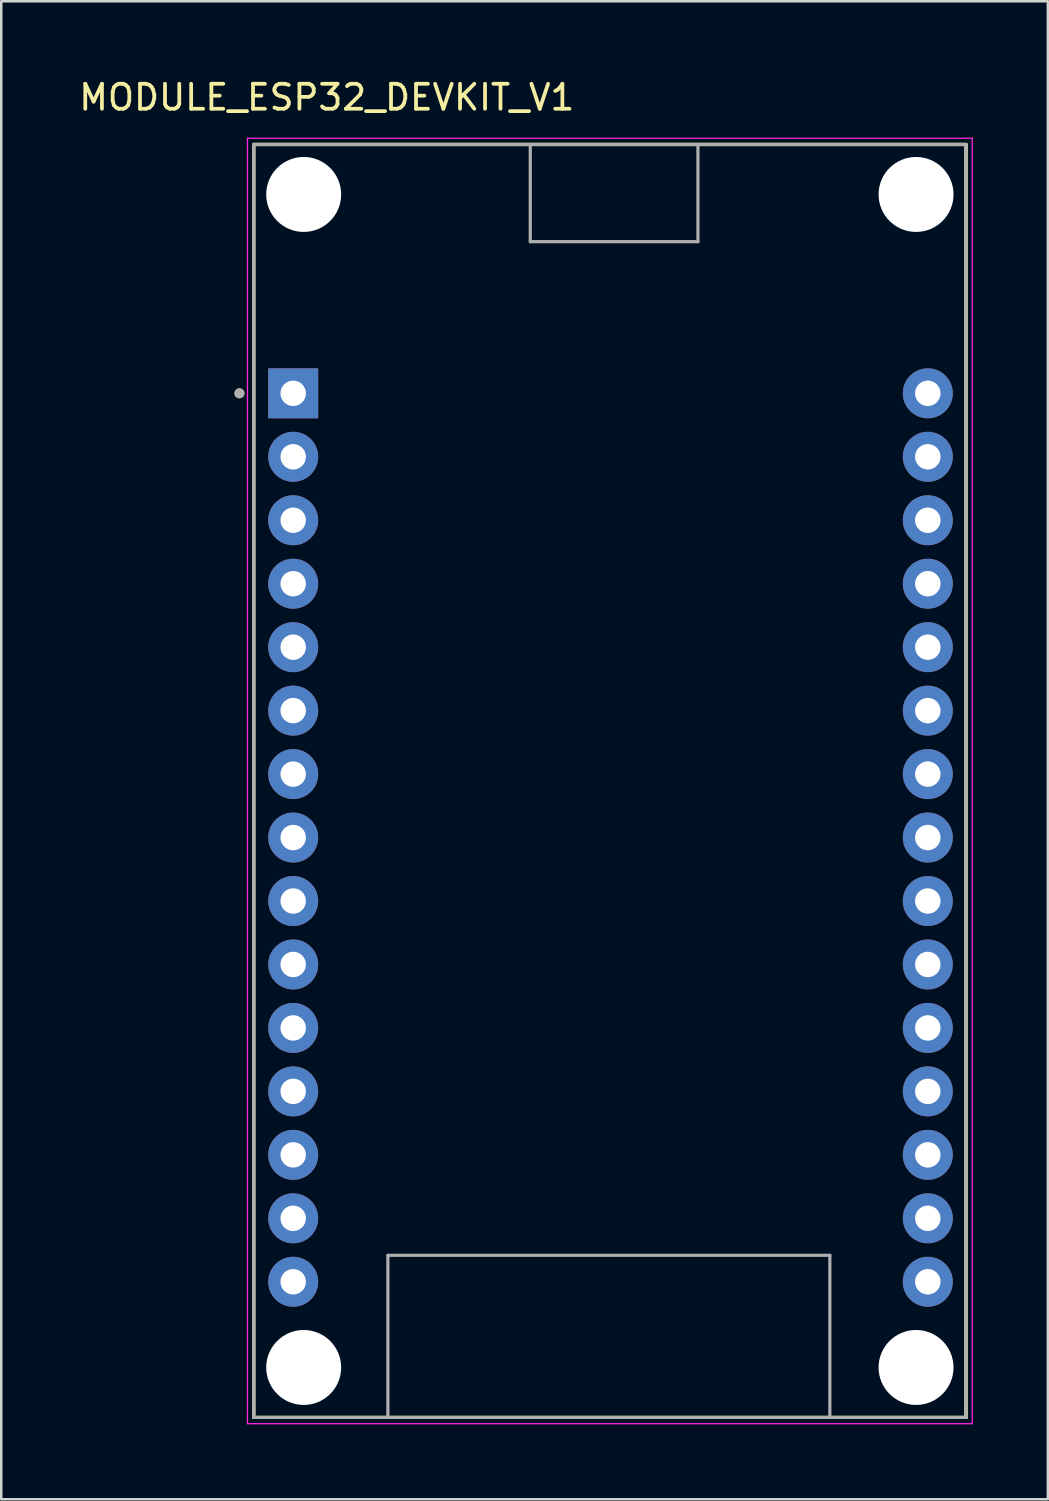
<source format=kicad_pcb>
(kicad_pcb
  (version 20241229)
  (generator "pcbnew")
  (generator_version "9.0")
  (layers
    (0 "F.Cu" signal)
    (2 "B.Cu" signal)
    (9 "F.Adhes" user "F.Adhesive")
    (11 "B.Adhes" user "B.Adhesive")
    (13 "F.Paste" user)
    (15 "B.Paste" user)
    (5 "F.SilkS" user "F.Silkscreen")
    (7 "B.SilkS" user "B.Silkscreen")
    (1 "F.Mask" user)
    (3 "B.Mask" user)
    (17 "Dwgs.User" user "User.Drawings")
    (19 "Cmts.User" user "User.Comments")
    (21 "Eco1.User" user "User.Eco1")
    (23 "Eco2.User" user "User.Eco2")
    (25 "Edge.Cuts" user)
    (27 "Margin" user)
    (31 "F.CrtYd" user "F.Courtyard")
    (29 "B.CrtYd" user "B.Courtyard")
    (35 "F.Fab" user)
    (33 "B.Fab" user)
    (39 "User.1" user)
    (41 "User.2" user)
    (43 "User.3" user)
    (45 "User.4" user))
  (footprint "MODULE_ESP32_DEVKIT_V1"
    (layer "F.Cu")
    (at 21.385 28.208)
    (property "Reference" "MODULE_ESP32_DEVKIT_V1" (at -11.355 -27.36 0) (layer "F.SilkS") (effects (font (size 1 1) (thickness 0.15))))
    (attr through_hole)
    (fp_line (start -14.28 -25.475) (end -3.211 -25.475) (stroke (width 0.127) (type solid)) (layer "F.SilkS"))
    (fp_line (start -14.28 -25.475) (end 14.23 -25.475) (stroke (width 0.127) (type solid)) (layer "F.SilkS"))
    (fp_line (start -14.28 25.475) (end -14.28 -25.475) (stroke (width 0.127) (type solid)) (layer "F.SilkS"))
    (fp_line (start -14.28 25.475) (end -14.28 -25.475) (stroke (width 0.127) (type solid)) (layer "F.SilkS"))
    (fp_line (start -14.28 25.475) (end -8.91 25.475) (stroke (width 0.127) (type solid)) (layer "F.SilkS"))
    (fp_line (start -8.91 25.475) (end 8.78 25.475) (stroke (width 0.127) (type solid)) (layer "F.SilkS"))
    (fp_line (start -3.211 -25.475) (end 3.5 -25.475) (stroke (width 0.127) (type solid)) (layer "F.SilkS"))
    (fp_line (start 3.5 -25.475) (end 14.23 -25.475) (stroke (width 0.127) (type solid)) (layer "F.SilkS"))
    (fp_line (start 8.78 25.475) (end 14.23 25.475) (stroke (width 0.127) (type solid)) (layer "F.SilkS"))
    (fp_line (start 14.23 -25.475) (end 14.23 25.475) (stroke (width 0.127) (type solid)) (layer "F.SilkS"))
    (fp_line (start 14.23 -25.475) (end 14.23 25.475) (stroke (width 0.127) (type solid)) (layer "F.SilkS"))
    (fp_line (start 14.23 25.475) (end -14.28 25.475) (stroke (width 0.127) (type solid)) (layer "F.SilkS"))
    (fp_circle (center -14.85 -15.515) (end -14.75 -15.515) (stroke (width 0.2) (type solid)) (fill no) (layer "F.SilkS"))
    (fp_line (start -14.53 -25.725) (end -14.53 25.725) (stroke (width 0.05) (type solid)) (layer "F.CrtYd"))
    (fp_line (start -14.53 25.725) (end 14.48 25.725) (stroke (width 0.05) (type solid)) (layer "F.CrtYd"))
    (fp_line (start 14.48 -25.725) (end -14.53 -25.725) (stroke (width 0.05) (type solid)) (layer "F.CrtYd"))
    (fp_line (start 14.48 25.725) (end 14.48 -25.725) (stroke (width 0.05) (type solid)) (layer "F.CrtYd"))
    (fp_line (start -14.28 -25.475) (end -3.211 -25.475) (stroke (width 0.127) (type solid)) (layer "F.Fab"))
    (fp_line (start -14.28 25.475) (end -14.28 -25.475) (stroke (width 0.127) (type solid)) (layer "F.Fab"))
    (fp_line (start -14.28 25.475) (end -8.91 25.475) (stroke (width 0.127) (type solid)) (layer "F.Fab"))
    (fp_line (start -8.91 18.985) (end 8.78 18.985) (stroke (width 0.127) (type solid)) (layer "F.Fab"))
    (fp_line (start -8.91 25.475) (end -8.91 18.985) (stroke (width 0.127) (type solid)) (layer "F.Fab"))
    (fp_line (start -8.91 25.475) (end 8.78 25.475) (stroke (width 0.127) (type solid)) (layer "F.Fab"))
    (fp_line (start -3.211 -25.475) (end 3.5 -25.475) (stroke (width 0.127) (type solid)) (layer "F.Fab"))
    (fp_line (start -3.211 -21.585) (end -3.211 -25.475) (stroke (width 0.127) (type solid)) (layer "F.Fab"))
    (fp_line (start 3.5 -25.475) (end 3.5 -21.585) (stroke (width 0.127) (type solid)) (layer "F.Fab"))
    (fp_line (start 3.5 -25.475) (end 14.23 -25.475) (stroke (width 0.127) (type solid)) (layer "F.Fab"))
    (fp_line (start 3.5 -21.585) (end -3.211 -21.585) (stroke (width 0.127) (type solid)) (layer "F.Fab"))
    (fp_line (start 8.78 18.985) (end 8.78 25.475) (stroke (width 0.127) (type solid)) (layer "F.Fab"))
    (fp_line (start 8.78 25.475) (end 14.23 25.475) (stroke (width 0.127) (type solid)) (layer "F.Fab"))
    (fp_line (start 14.23 -25.475) (end 14.23 25.475) (stroke (width 0.127) (type solid)) (layer "F.Fab"))
    (fp_circle (center -14.85 -15.515) (end -14.75 -15.515) (stroke (width 0.2) (type solid)) (fill no) (layer "F.Fab"))
    (pad "" np_thru_hole circle (at -12.28 -23.475) (size 3 3) (drill 3) (layers "*.Cu" "*.Mask"))
    (pad "" np_thru_hole circle (at -12.28 23.475) (size 3 3) (drill 3) (layers "*.Cu" "*.Mask"))
    (pad "" np_thru_hole circle (at 12.23 -23.475) (size 3 3) (drill 3) (layers "*.Cu" "*.Mask"))
    (pad "" np_thru_hole circle (at 12.23 23.475) (size 3 3) (drill 3) (layers "*.Cu" "*.Mask"))
    (pad "1" thru_hole rect (at -12.7 -15.515) (size 2 2) (drill 1.02) (layers "*.Cu" "*.Mask"))
    (pad "2" thru_hole circle (at -12.7 -12.975) (size 2 2) (drill 1.02) (layers "*.Cu" "*.Mask"))
    (pad "3" thru_hole circle (at -12.7 -10.435) (size 2 2) (drill 1.02) (layers "*.Cu" "*.Mask"))
    (pad "4" thru_hole circle (at -12.7 -7.895) (size 2 2) (drill 1.02) (layers "*.Cu" "*.Mask"))
    (pad "5" thru_hole circle (at -12.7 -5.355) (size 2 2) (drill 1.02) (layers "*.Cu" "*.Mask"))
    (pad "6" thru_hole circle (at -12.7 -2.815) (size 2 2) (drill 1.02) (layers "*.Cu" "*.Mask"))
    (pad "7" thru_hole circle (at -12.7 -0.275) (size 2 2) (drill 1.02) (layers "*.Cu" "*.Mask"))
    (pad "8" thru_hole circle (at -12.7 2.265) (size 2 2) (drill 1.02) (layers "*.Cu" "*.Mask"))
    (pad "9" thru_hole circle (at -12.7 4.805) (size 2 2) (drill 1.02) (layers "*.Cu" "*.Mask"))
    (pad "10" thru_hole circle (at -12.7 7.345) (size 2 2) (drill 1.02) (layers "*.Cu" "*.Mask"))
    (pad "11" thru_hole circle (at -12.7 9.885) (size 2 2) (drill 1.02) (layers "*.Cu" "*.Mask"))
    (pad "12" thru_hole circle (at -12.7 12.425) (size 2 2) (drill 1.02) (layers "*.Cu" "*.Mask"))
    (pad "13" thru_hole circle (at -12.7 14.965) (size 2 2) (drill 1.02) (layers "*.Cu" "*.Mask"))
    (pad "14" thru_hole circle (at -12.7 17.505) (size 2 2) (drill 1.02) (layers "*.Cu" "*.Mask"))
    (pad "15" thru_hole circle (at -12.7 20.045) (size 2 2) (drill 1.02) (layers "*.Cu" "*.Mask"))
    (pad "16" thru_hole circle (at 12.7 20.045) (size 2 2) (drill 1.02) (layers "*.Cu" "*.Mask"))
    (pad "17" thru_hole circle (at 12.7 17.505) (size 2 2) (drill 1.02) (layers "*.Cu" "*.Mask"))
    (pad "18" thru_hole circle (at 12.7 14.965) (size 2 2) (drill 1.02) (layers "*.Cu" "*.Mask"))
    (pad "19" thru_hole circle (at 12.7 12.425) (size 2 2) (drill 1.02) (layers "*.Cu" "*.Mask"))
    (pad "20" thru_hole circle (at 12.7 9.885) (size 2 2) (drill 1.02) (layers "*.Cu" "*.Mask"))
    (pad "21" thru_hole circle (at 12.7 7.345) (size 2 2) (drill 1.02) (layers "*.Cu" "*.Mask"))
    (pad "22" thru_hole circle (at 12.7 4.805) (size 2 2) (drill 1.02) (layers "*.Cu" "*.Mask"))
    (pad "23" thru_hole circle (at 12.7 2.265) (size 2 2) (drill 1.02) (layers "*.Cu" "*.Mask"))
    (pad "24" thru_hole circle (at 12.7 -0.275) (size 2 2) (drill 1.02) (layers "*.Cu" "*.Mask"))
    (pad "25" thru_hole circle (at 12.7 -2.815) (size 2 2) (drill 1.02) (layers "*.Cu" "*.Mask"))
    (pad "26" thru_hole circle (at 12.7 -5.355) (size 2 2) (drill 1.02) (layers "*.Cu" "*.Mask"))
    (pad "27" thru_hole circle (at 12.7 -7.895) (size 2 2) (drill 1.02) (layers "*.Cu" "*.Mask"))
    (pad "28" thru_hole circle (at 12.7 -10.435) (size 2 2) (drill 1.02) (layers "*.Cu" "*.Mask"))
    (pad "29" thru_hole circle (at 12.7 -12.975) (size 2 2) (drill 1.02) (layers "*.Cu" "*.Mask"))
    (pad "30" thru_hole circle (at 12.7 -15.515) (size 2 2) (drill 1.02) (layers "*.Cu" "*.Mask")))
  (gr_rect
    (start -3 -3)
    (end 38.89 56.958)
    (stroke (width 0.1) (type default))
    (fill no)
    (layer "Edge.Cuts")))
</source>
